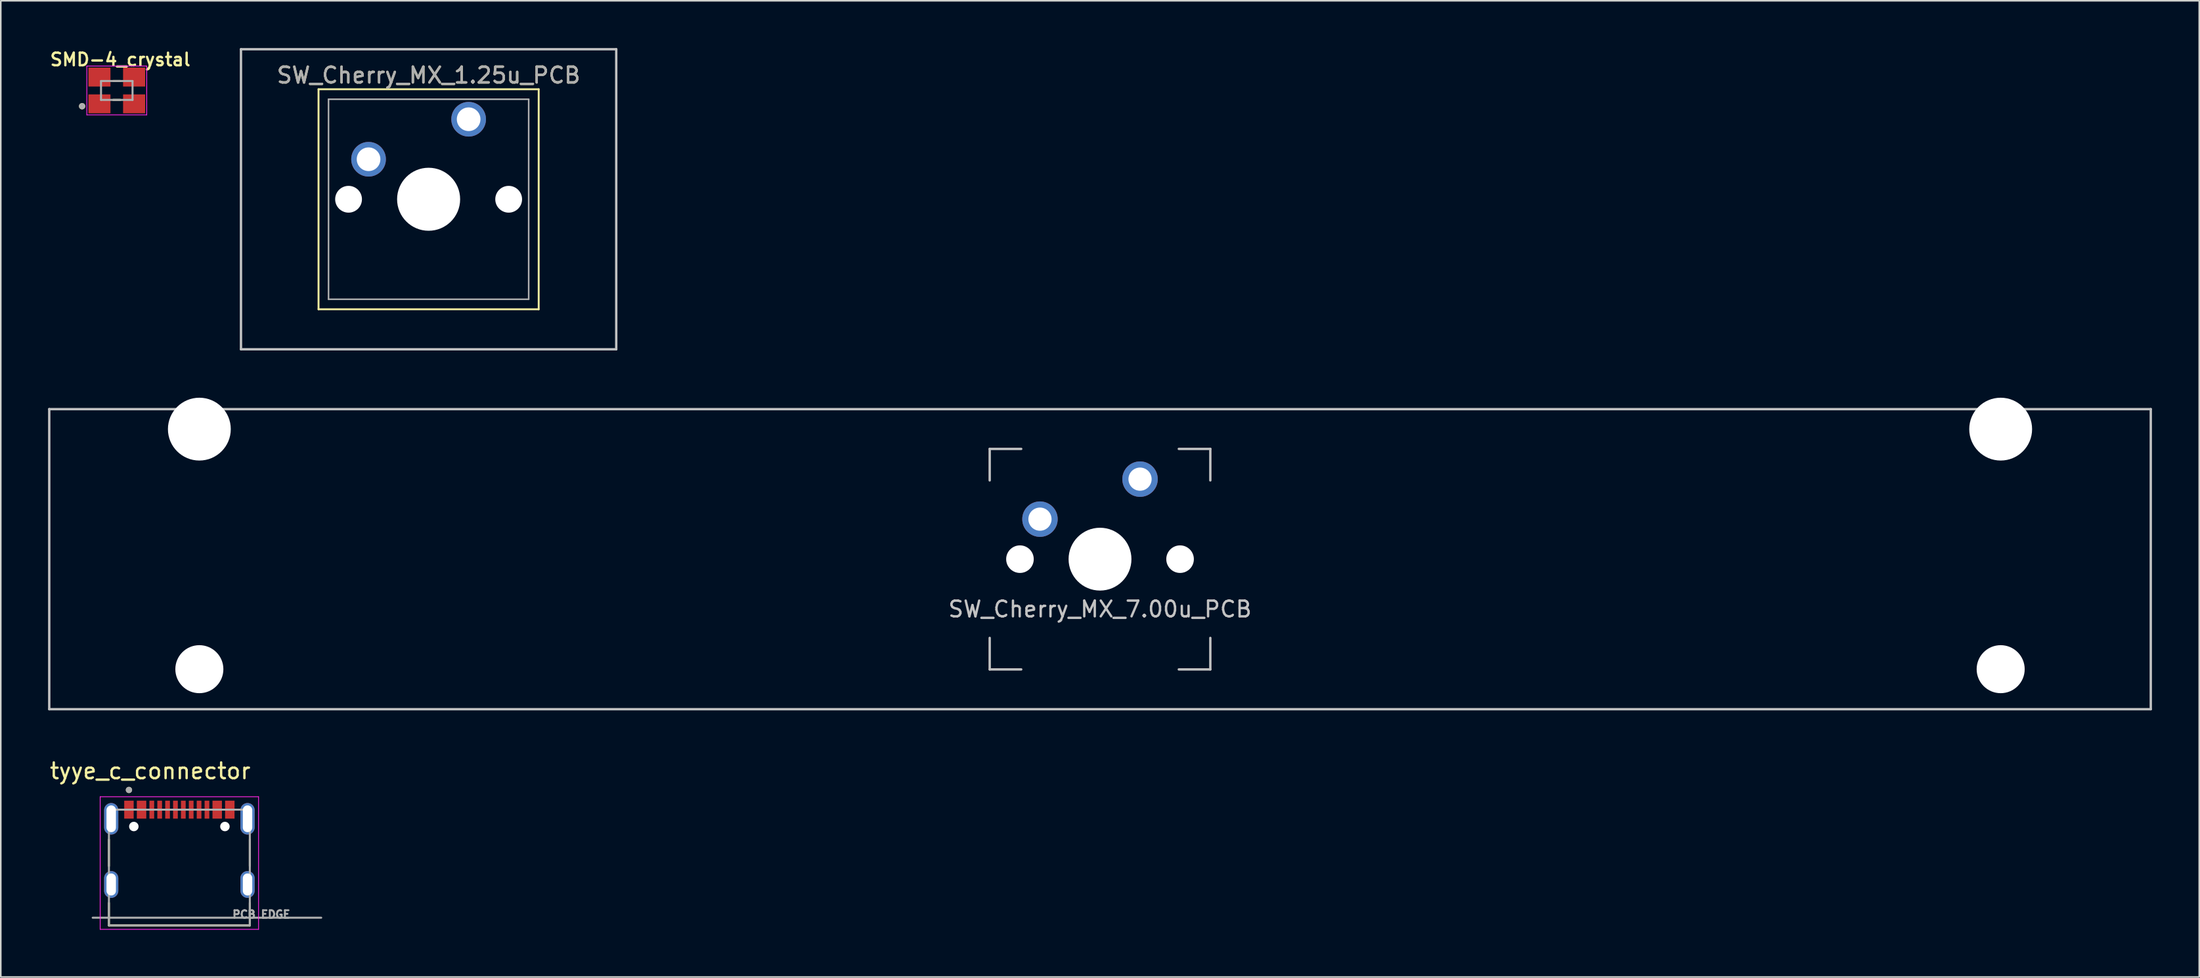
<source format=kicad_pcb>
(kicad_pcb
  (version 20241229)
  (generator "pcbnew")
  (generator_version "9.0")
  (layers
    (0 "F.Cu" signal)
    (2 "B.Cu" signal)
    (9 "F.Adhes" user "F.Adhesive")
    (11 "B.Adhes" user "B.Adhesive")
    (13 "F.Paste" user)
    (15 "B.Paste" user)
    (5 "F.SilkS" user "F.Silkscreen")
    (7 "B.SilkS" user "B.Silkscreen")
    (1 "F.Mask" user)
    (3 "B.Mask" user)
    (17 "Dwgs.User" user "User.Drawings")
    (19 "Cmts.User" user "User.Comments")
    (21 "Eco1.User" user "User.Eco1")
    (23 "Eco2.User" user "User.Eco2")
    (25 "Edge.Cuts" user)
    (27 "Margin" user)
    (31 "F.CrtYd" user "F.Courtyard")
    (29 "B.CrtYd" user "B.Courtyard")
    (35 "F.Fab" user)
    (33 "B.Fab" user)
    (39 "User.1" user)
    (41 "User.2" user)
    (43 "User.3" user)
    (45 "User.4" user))
  (footprint "SW_Cherry_MX_7.00u_PCB"
    (layer "F.Cu")
    (at 66.75 32.449)
    (property "Reference" "SW_Cherry_MX_7.00u_PCB" (at 0 3.175 0) (layer "Dwgs.User") (effects (font (size 1 1) (thickness 0.15))))
    (attr through_hole)
    (fp_line (start -66.675 -9.525) (end 66.675 -9.525) (stroke (width 0.15) (type solid)) (layer "Dwgs.User"))
    (fp_line (start -66.675 9.525) (end -66.675 -9.525) (stroke (width 0.15) (type solid)) (layer "Dwgs.User"))
    (fp_line (start -66.675 9.525) (end 66.675 9.525) (stroke (width 0.15) (type solid)) (layer "Dwgs.User"))
    (fp_line (start -7 -7) (end -7 -5) (stroke (width 0.15) (type solid)) (layer "Dwgs.User"))
    (fp_line (start -7 5) (end -7 7) (stroke (width 0.15) (type solid)) (layer "Dwgs.User"))
    (fp_line (start -7 7) (end -5 7) (stroke (width 0.15) (type solid)) (layer "Dwgs.User"))
    (fp_line (start -5 -7) (end -7 -7) (stroke (width 0.15) (type solid)) (layer "Dwgs.User"))
    (fp_line (start 5 -7) (end 7 -7) (stroke (width 0.15) (type solid)) (layer "Dwgs.User"))
    (fp_line (start 5 7) (end 7 7) (stroke (width 0.15) (type solid)) (layer "Dwgs.User"))
    (fp_line (start 7 -7) (end 7 -5) (stroke (width 0.15) (type solid)) (layer "Dwgs.User"))
    (fp_line (start 7 7) (end 7 5) (stroke (width 0.15) (type solid)) (layer "Dwgs.User"))
    (fp_line (start 66.675 -9.525) (end 66.675 9.525) (stroke (width 0.15) (type solid)) (layer "Dwgs.User"))
    (pad "" np_thru_hole circle (at -57.15 -8.255) (size 3.988 3.988) (drill 3.988) (layers "*.Cu" "*.Mask"))
    (pad "" np_thru_hole circle (at -57.15 6.985) (size 3.048 3.048) (drill 3.048) (layers "*.Cu" "*.Mask"))
    (pad "" np_thru_hole circle (at -5.08 0 48.1) (size 1.75 1.75) (drill 1.75) (layers "*.Cu" "*.Mask"))
    (pad "" np_thru_hole circle (at 0 0) (size 3.988 3.988) (drill 3.988) (layers "*.Cu" "*.Mask"))
    (pad "" np_thru_hole circle (at 5.08 0 48.1) (size 1.75 1.75) (drill 1.75) (layers "*.Cu" "*.Mask"))
    (pad "" np_thru_hole circle (at 57.15 -8.255) (size 3.988 3.988) (drill 3.988) (layers "*.Cu" "*.Mask"))
    (pad "" np_thru_hole circle (at 57.15 6.985) (size 3.048 3.048) (drill 3.048) (layers "*.Cu" "*.Mask"))
    (pad "1" thru_hole circle (at -3.81 -2.54) (size 2.25 2.25) (drill 1.47) (layers "*.Cu" "B.Mask"))
    (pad "2" thru_hole circle (at 2.54 -5.08) (size 2.25 2.25) (drill 1.47) (layers "*.Cu" "B.Mask")))
  (footprint "tyye_c_connector"
    (layer "F.Cu")
    (at 8.332 53.102)
    (property "Reference" "tyye_c_connector" (at -1.85 -7.205 0) (layer "F.SilkS") (effects (font (size 1 1) (thickness 0.15))))
    (attr smd)
    (fp_poly (pts (xy -3.55 -5.37) (xy -2.85 -5.37) (xy -2.85 -4.13) (xy -3.55 -4.13)) (stroke (width 0.01) (type solid)) (fill yes) (layer "F.Mask"))
    (fp_poly (pts (xy -2.75 -5.37) (xy -2.05 -5.37) (xy -2.05 -4.13) (xy -2.75 -4.13)) (stroke (width 0.01) (type solid)) (fill yes) (layer "F.Mask"))
    (fp_poly (pts (xy -1.95 -5.37) (xy -1.55 -5.37) (xy -1.55 -4.13) (xy -1.95 -4.13)) (stroke (width 0.01) (type solid)) (fill yes) (layer "F.Mask"))
    (fp_poly (pts (xy -1.45 -5.37) (xy -1.05 -5.37) (xy -1.05 -4.13) (xy -1.45 -4.13)) (stroke (width 0.01) (type solid)) (fill yes) (layer "F.Mask"))
    (fp_poly (pts (xy -0.95 -5.37) (xy -0.55 -5.37) (xy -0.55 -4.13) (xy -0.95 -4.13)) (stroke (width 0.01) (type solid)) (fill yes) (layer "F.Mask"))
    (fp_poly (pts (xy -0.45 -5.37) (xy -0.05 -5.37) (xy -0.05 -4.13) (xy -0.45 -4.13)) (stroke (width 0.01) (type solid)) (fill yes) (layer "F.Mask"))
    (fp_poly (pts (xy 0.05 -5.37) (xy 0.45 -5.37) (xy 0.45 -4.13) (xy 0.05 -4.13)) (stroke (width 0.01) (type solid)) (fill yes) (layer "F.Mask"))
    (fp_poly (pts (xy 0.55 -5.37) (xy 0.95 -5.37) (xy 0.95 -4.13) (xy 0.55 -4.13)) (stroke (width 0.01) (type solid)) (fill yes) (layer "F.Mask"))
    (fp_poly (pts (xy 1.05 -5.37) (xy 1.45 -5.37) (xy 1.45 -4.13) (xy 1.05 -4.13)) (stroke (width 0.01) (type solid)) (fill yes) (layer "F.Mask"))
    (fp_poly (pts (xy 1.55 -5.37) (xy 1.95 -5.37) (xy 1.95 -4.13) (xy 1.55 -4.13)) (stroke (width 0.01) (type solid)) (fill yes) (layer "F.Mask"))
    (fp_poly (pts (xy 2.05 -5.37) (xy 2.75 -5.37) (xy 2.75 -4.13) (xy 2.05 -4.13)) (stroke (width 0.01) (type solid)) (fill yes) (layer "F.Mask"))
    (fp_poly (pts (xy 2.85 -5.37) (xy 3.55 -5.37) (xy 3.55 -4.13) (xy 2.85 -4.13)) (stroke (width 0.01) (type solid)) (fill yes) (layer "F.Mask"))
    (fp_line (start -4.47 -2.85) (end -4.47 -1.17) (stroke (width 0.127) (type solid)) (layer "F.SilkS"))
    (fp_line (start -4.47 2.6) (end -4.47 1.17) (stroke (width 0.127) (type solid)) (layer "F.SilkS"))
    (fp_line (start -4.47 2.6) (end 4.47 2.6) (stroke (width 0.127) (type solid)) (layer "F.SilkS"))
    (fp_line (start 4.47 -2.85) (end 4.47 -1.17) (stroke (width 0.127) (type solid)) (layer "F.SilkS"))
    (fp_line (start 4.47 2.6) (end 4.47 1.17) (stroke (width 0.127) (type solid)) (layer "F.SilkS"))
    (fp_circle (center -3.2 -6) (end -3.1 -6) (stroke (width 0.2) (type solid)) (fill no) (layer "F.SilkS"))
    (fp_line (start -5.025 -5.57) (end -5.025 2.85) (stroke (width 0.05) (type solid)) (layer "F.CrtYd"))
    (fp_line (start -5.025 2.85) (end 5.025 2.85) (stroke (width 0.05) (type solid)) (layer "F.CrtYd"))
    (fp_line (start 5.025 -5.57) (end -5.025 -5.57) (stroke (width 0.05) (type solid)) (layer "F.CrtYd"))
    (fp_line (start 5.025 2.85) (end 5.025 -5.57) (stroke (width 0.05) (type solid)) (layer "F.CrtYd"))
    (fp_line (start -5.5 2.11) (end 9 2.11) (stroke (width 0.127) (type solid)) (layer "F.Fab"))
    (fp_line (start -4.47 -4.75) (end -4.47 2.6) (stroke (width 0.127) (type solid)) (layer "F.Fab"))
    (fp_line (start -4.47 2.6) (end 4.47 2.6) (stroke (width 0.127) (type solid)) (layer "F.Fab"))
    (fp_line (start 4.47 -4.75) (end -4.47 -4.75) (stroke (width 0.127) (type solid)) (layer "F.Fab"))
    (fp_line (start 4.47 2.6) (end 4.47 -4.75) (stroke (width 0.127) (type solid)) (layer "F.Fab"))
    (fp_circle (center -3.2 -6) (end -3.1 -6) (stroke (width 0.2) (type solid)) (fill no) (layer "F.Fab"))
    (fp_text user "PCB EDGE" (at 5.2 1.9 0) (layer "F.Fab") (effects (font (size 0.48 0.48) (thickness 0.12))))
    (pad "" np_thru_hole circle (at -2.89 -3.68) (size 0.6 0.6) (drill 0.6) (layers "*.Cu" "*.Mask"))
    (pad "" np_thru_hole circle (at 2.89 -3.68) (size 0.6 0.6) (drill 0.6) (layers "*.Cu" "*.Mask"))
    (pad "A1" smd rect (at -3.2 -4.75) (size 0.6 1.14) (layers "F.Cu" "F.Paste"))
    (pad "A4" smd rect (at -2.4 -4.75) (size 0.6 1.14) (layers "F.Cu" "F.Paste"))
    (pad "A5" smd rect (at -1.25 -4.75) (size 0.3 1.14) (layers "F.Cu" "F.Paste"))
    (pad "A6" smd rect (at -0.25 -4.75) (size 0.3 1.14) (layers "F.Cu" "F.Paste"))
    (pad "A7" smd rect (at 0.25 -4.75) (size 0.3 1.14) (layers "F.Cu" "F.Paste"))
    (pad "A8" smd rect (at 1.25 -4.75) (size 0.3 1.14) (layers "F.Cu" "F.Paste"))
    (pad "B1" smd rect (at 3.2 -4.75) (size 0.6 1.14) (layers "F.Cu" "F.Paste"))
    (pad "B4" smd rect (at 2.4 -4.75) (size 0.6 1.14) (layers "F.Cu" "F.Paste"))
    (pad "B5" smd rect (at 1.75 -4.75) (size 0.3 1.14) (layers "F.Cu" "F.Paste"))
    (pad "B6" smd rect (at 0.75 -4.75) (size 0.3 1.14) (layers "F.Cu" "F.Paste"))
    (pad "B7" smd rect (at -0.75 -4.75) (size 0.3 1.14) (layers "F.Cu" "F.Paste"))
    (pad "B8" smd rect (at -1.75 -4.75) (size 0.3 1.14) (layers "F.Cu" "F.Paste"))
    (pad "S" thru_hole oval (at -4.325 -4.17) (size 0.9 2) (drill oval 0.6 1.7) (layers "*.Cu" "*.Mask"))
    (pad "S" thru_hole oval (at -4.325 0) (size 0.9 1.7) (drill oval 0.6 1.4) (layers "*.Cu" "*.Mask"))
    (pad "S" thru_hole oval (at 4.325 -4.17) (size 0.9 2) (drill oval 0.6 1.7) (layers "*.Cu" "*.Mask"))
    (pad "S" thru_hole oval (at 4.325 0) (size 0.9 1.7) (drill oval 0.6 1.4) (layers "*.Cu" "*.Mask")))
  (footprint "SMD-4_crystal"
    (layer "F.Cu")
    (at 4.36 2.693)
    (property "Reference" "SMD-4_crystal" (at 0.223 -1.962 0) (layer "F.SilkS") (effects (font (size 0.8 0.8) (thickness 0.15))))
    (attr smd)
    (fp_line (start -0.23 -0.6) (end 0.23 -0.6) (stroke (width 0.127) (type solid)) (layer "F.SilkS"))
    (fp_line (start -0.23 0.6) (end 0.23 0.6) (stroke (width 0.127) (type solid)) (layer "F.SilkS"))
    (fp_circle (center -2.2 1) (end -2.1 1) (stroke (width 0.2) (type solid)) (fill no) (layer "F.SilkS"))
    (fp_line (start -1.9 -1.55) (end -1.9 1.55) (stroke (width 0.05) (type solid)) (layer "F.CrtYd"))
    (fp_line (start -1.9 1.55) (end 1.9 1.55) (stroke (width 0.05) (type solid)) (layer "F.CrtYd"))
    (fp_line (start 1.9 -1.55) (end -1.9 -1.55) (stroke (width 0.05) (type solid)) (layer "F.CrtYd"))
    (fp_line (start 1.9 1.55) (end 1.9 -1.55) (stroke (width 0.05) (type solid)) (layer "F.CrtYd"))
    (fp_line (start -1 -0.6) (end 1 -0.6) (stroke (width 0.127) (type solid)) (layer "F.Fab"))
    (fp_line (start -1 0.6) (end -1 -0.6) (stroke (width 0.127) (type solid)) (layer "F.Fab"))
    (fp_line (start 1 -0.6) (end 1 0.6) (stroke (width 0.127) (type solid)) (layer "F.Fab"))
    (fp_line (start 1 0.6) (end -1 0.6) (stroke (width 0.127) (type solid)) (layer "F.Fab"))
    (fp_circle (center -2.2 1) (end -2.1 1) (stroke (width 0.2) (type solid)) (fill no) (layer "F.Fab"))
    (pad "1" smd rect (at -1.1 0.85) (size 1.4 1.2) (layers "F.Cu" "F.Mask" "F.Paste"))
    (pad "2" smd rect (at 1.1 0.85) (size 1.4 1.2) (layers "F.Cu" "F.Mask" "F.Paste"))
    (pad "3" smd rect (at 1.1 -0.85) (size 1.4 1.2) (layers "F.Cu" "F.Mask" "F.Paste"))
    (pad "4" smd rect (at -1.1 -0.85) (size 1.4 1.2) (layers "F.Cu" "F.Mask" "F.Paste")))
  (footprint "SW_Cherry_MX_1.25u_PCB"
    (layer "F.Cu")
    (at 26.687 4.52)
    (property "Reference" "SW_Cherry_MX_1.25u_PCB" (at -2.54 -2.794 0) (layer "F.SilkS") (effects (font (size 1 1) (thickness 0.15))))
    (attr through_hole)
    (fp_line (start -9.525 -1.905) (end 4.445 -1.905) (stroke (width 0.12) (type solid)) (layer "F.SilkS"))
    (fp_line (start -9.525 12.065) (end -9.525 -1.905) (stroke (width 0.12) (type solid)) (layer "F.SilkS"))
    (fp_line (start 4.445 -1.905) (end 4.445 12.065) (stroke (width 0.12) (type solid)) (layer "F.SilkS"))
    (fp_line (start 4.445 12.065) (end -9.525 12.065) (stroke (width 0.12) (type solid)) (layer "F.SilkS"))
    (fp_line (start -14.446 -4.445) (end 9.366 -4.445) (stroke (width 0.15) (type solid)) (layer "Dwgs.User"))
    (fp_line (start -14.446 14.605) (end -14.446 -4.445) (stroke (width 0.15) (type solid)) (layer "Dwgs.User"))
    (fp_line (start 9.366 -4.445) (end 9.366 14.605) (stroke (width 0.15) (type solid)) (layer "Dwgs.User"))
    (fp_line (start 9.366 14.605) (end -14.446 14.605) (stroke (width 0.15) (type solid)) (layer "Dwgs.User"))
    (fp_line (start -8.89 -1.27) (end 3.81 -1.27) (stroke (width 0.1) (type solid)) (layer "F.Fab"))
    (fp_line (start -8.89 11.43) (end -8.89 -1.27) (stroke (width 0.1) (type solid)) (layer "F.Fab"))
    (fp_line (start 3.81 -1.27) (end 3.81 11.43) (stroke (width 0.1) (type solid)) (layer "F.Fab"))
    (fp_line (start 3.81 11.43) (end -8.89 11.43) (stroke (width 0.1) (type solid)) (layer "F.Fab"))
    (fp_text user "${REFERENCE}" (at -2.54 -2.794 0) (layer "F.Fab") (effects (font (size 1 1) (thickness 0.15))))
    (pad "" np_thru_hole circle (at -7.62 5.08) (size 1.7 1.7) (drill 1.7) (layers "*.Cu" "*.Mask"))
    (pad "" np_thru_hole circle (at -2.54 5.08) (size 4 4) (drill 4) (layers "*.Cu" "*.Mask"))
    (pad "" np_thru_hole circle (at 2.54 5.08) (size 1.7 1.7) (drill 1.7) (layers "*.Cu" "*.Mask"))
    (pad "1" thru_hole circle (at 0 0) (size 2.2 2.2) (drill 1.5) (layers "*.Cu" "*.Mask"))
    (pad "2" thru_hole circle (at -6.35 2.54) (size 2.2 2.2) (drill 1.5) (layers "*.Cu" "*.Mask")))
  (gr_rect
    (start -3 -3)
    (end 136.5 58.977)
    (stroke (width 0.1) (type default))
    (fill no)
    (layer "Edge.Cuts")))
</source>
